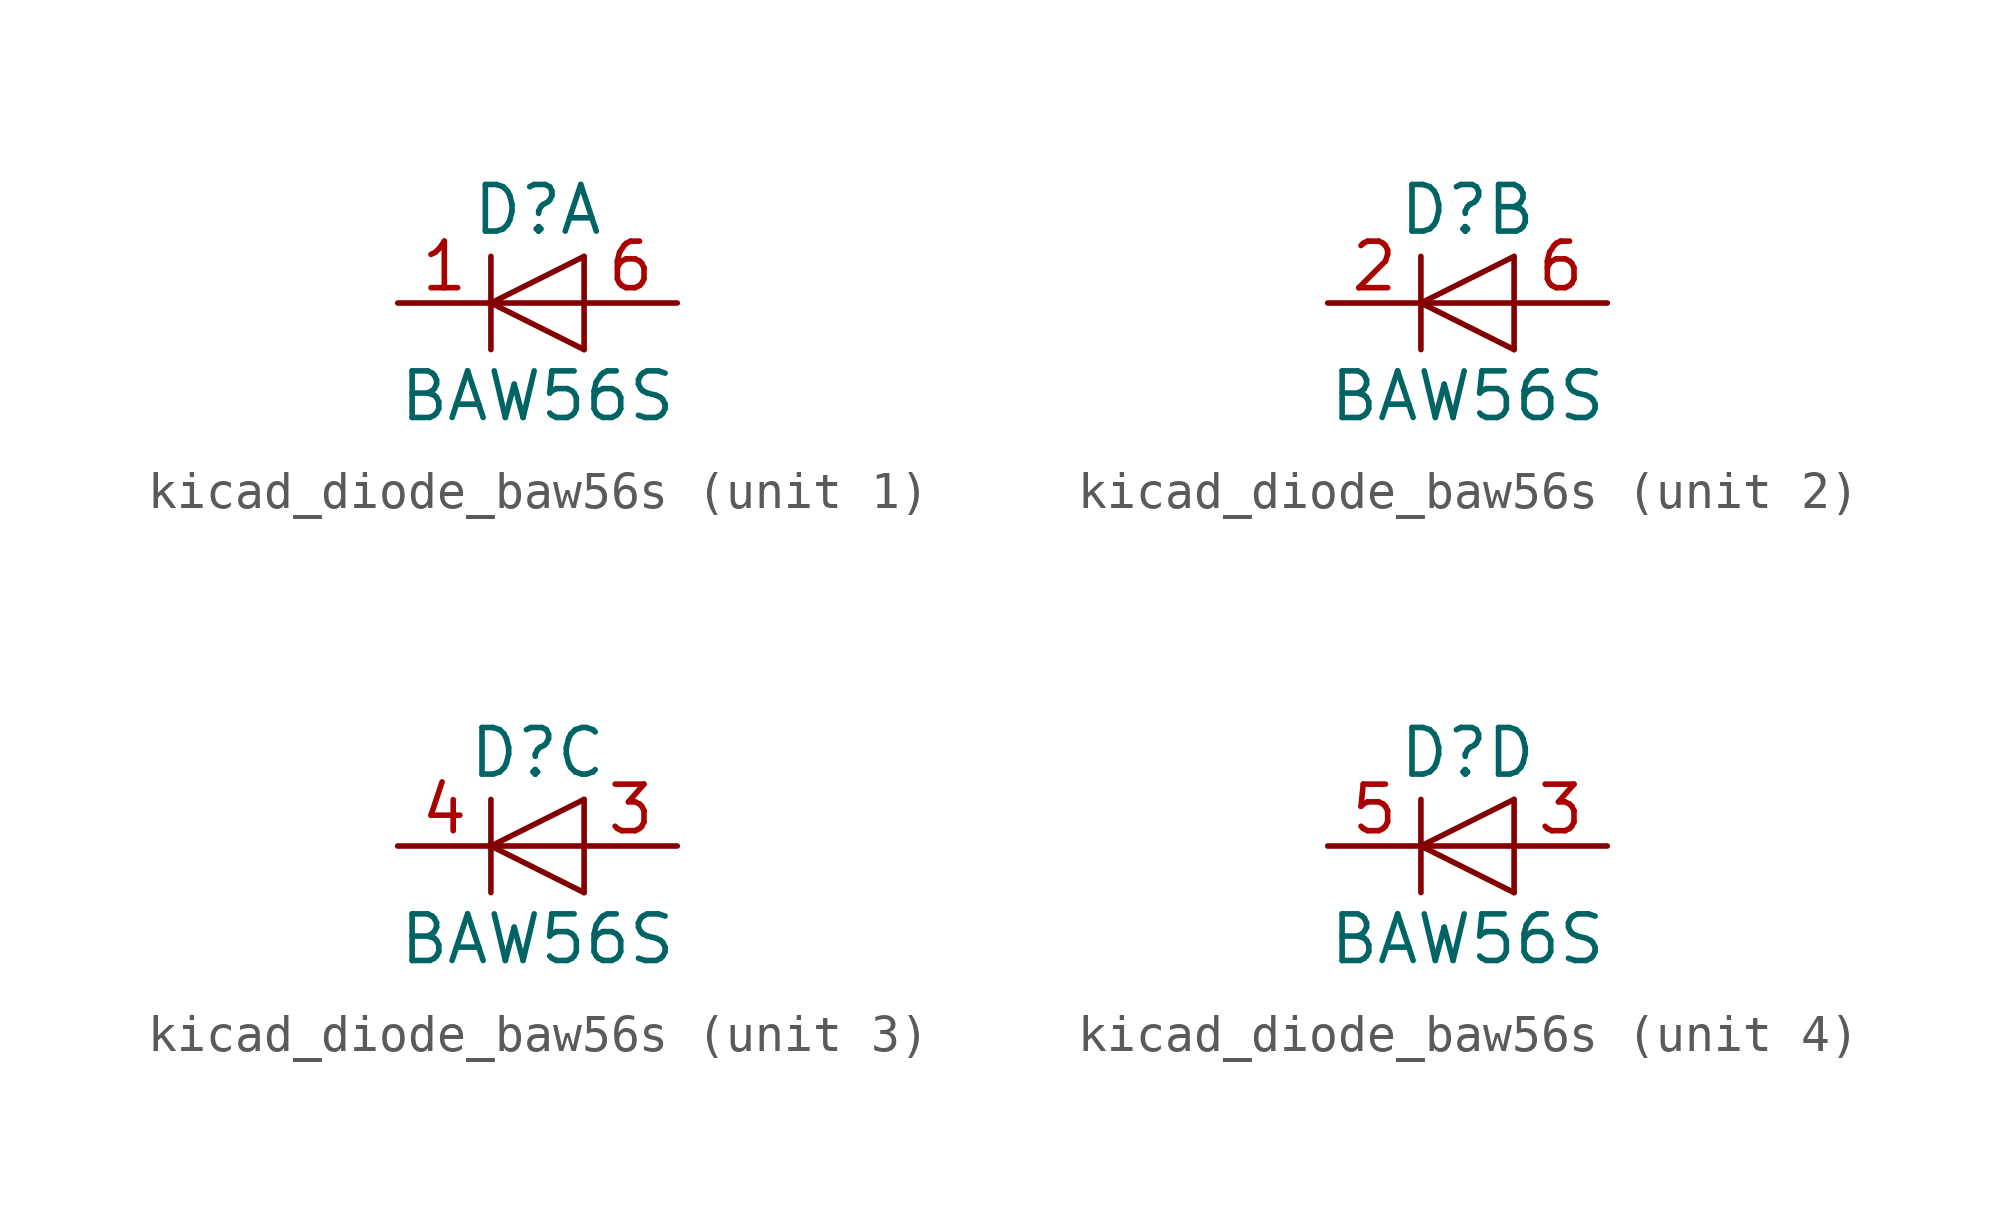
<source format=kicad_sym>
(kicad_symbol_lib
  (version 20220914)
  (generator kicad_symbol_editor)
  (symbol "kicad_diode_baw56s"
    (pin_names
      (offset 1.016) hide)
    (property "Reference" "D"
      (at 0 2.54 0)
      (effects (font (size 1.27 1.27))))
    (property "Value" "BAW56S"
      (at 0 -2.54 0)
      (effects (font (size 1.27 1.27))))
    (symbol "kicad_diode_baw56s_0_1"
      (polyline (pts (xy -1.27 1.27) (xy -1.27 -1.27)) (stroke (width 0.152) (type default)) (fill (type none)))
      (polyline (pts (xy 1.27 -1.27) (xy 1.27 1.27)) (stroke (width 0) (type default)) (fill (type none)))
      (polyline (pts (xy 1.27 0) (xy -1.27 0)) (stroke (width 0) (type default)) (fill (type none)))
      (polyline (pts (xy 1.27 1.27) (xy -1.27 0) (xy 1.27 -1.27)) (stroke (width 0) (type default)) (fill (type none))))
    (symbol "kicad_diode_baw56s_1_1"
      (pin passive line (at -3.81 0 0) (length 2.54) (name "K" (effects (font (size 1.27 1.27)))) (number "1" (effects (font (size 1.27 1.27)))))
      (pin passive line (at 3.81 0 180) (length 2.54) (name "A" (effects (font (size 1.27 1.27)))) (number "6" (effects (font (size 1.27 1.27))))))
    (symbol "kicad_diode_baw56s_2_1"
      (pin passive line (at -3.81 0 0) (length 2.54) (name "K" (effects (font (size 1.27 1.27)))) (number "2" (effects (font (size 1.27 1.27)))))
      (pin passive line (at 3.81 0 180) (length 2.54) (name "A" (effects (font (size 1.27 1.27)))) (number "6" (effects (font (size 1.27 1.27))))))
    (symbol "kicad_diode_baw56s_3_1"
      (pin passive line (at 3.81 0 180) (length 2.54) (name "A" (effects (font (size 1.27 1.27)))) (number "3" (effects (font (size 1.27 1.27)))))
      (pin passive line (at -3.81 0 0) (length 2.54) (name "K" (effects (font (size 1.27 1.27)))) (number "4" (effects (font (size 1.27 1.27))))))
    (symbol "kicad_diode_baw56s_4_1"
      (pin passive line (at 3.81 0 180) (length 2.54) (name "A" (effects (font (size 1.27 1.27)))) (number "3" (effects (font (size 1.27 1.27)))))
      (pin passive line (at -3.81 0 0) (length 2.54) (name "K" (effects (font (size 1.27 1.27)))) (number "5" (effects (font (size 1.27 1.27))))))))
</source>
